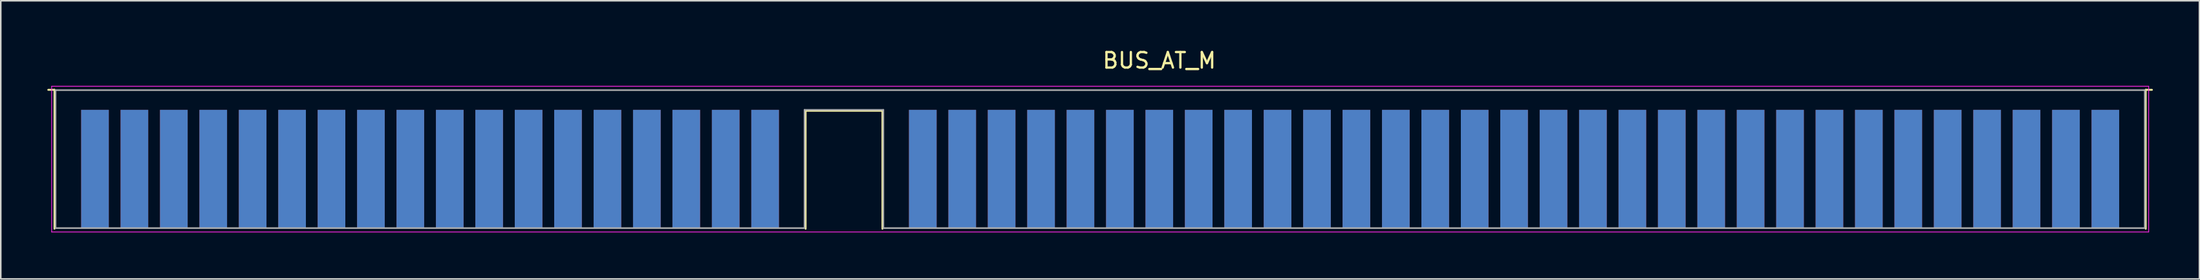
<source format=kicad_pcb>
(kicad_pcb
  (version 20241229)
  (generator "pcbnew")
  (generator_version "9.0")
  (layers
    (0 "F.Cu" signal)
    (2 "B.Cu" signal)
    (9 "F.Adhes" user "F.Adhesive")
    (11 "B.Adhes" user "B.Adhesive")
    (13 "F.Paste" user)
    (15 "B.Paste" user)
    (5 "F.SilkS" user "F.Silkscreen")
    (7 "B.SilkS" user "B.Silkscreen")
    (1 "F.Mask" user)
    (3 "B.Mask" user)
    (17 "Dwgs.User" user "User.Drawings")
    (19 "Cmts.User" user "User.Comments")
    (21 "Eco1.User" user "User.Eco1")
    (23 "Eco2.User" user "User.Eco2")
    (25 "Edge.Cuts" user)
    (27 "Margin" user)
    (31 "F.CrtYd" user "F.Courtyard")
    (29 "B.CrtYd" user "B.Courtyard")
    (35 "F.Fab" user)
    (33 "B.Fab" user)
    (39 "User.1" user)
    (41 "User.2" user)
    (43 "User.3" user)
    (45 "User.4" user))
  (footprint "BUS_AT_M"
    (layer "F.Cu")
    (at 132.61 7.838)
    (property "Reference" "BUS_AT_M" (at -60.96 -6.99 0) (layer "F.SilkS") (effects (font (size 1 1) (thickness 0.15))))
    (attr through_hole)
    (fp_line (start -132.15 -5.1) (end -132.55 -5.1) (stroke (width 0.12) (type solid)) (layer "F.SilkS"))
    (fp_line (start -132.15 3.85) (end -132.15 -5.1) (stroke (width 0.12) (type solid)) (layer "F.SilkS"))
    (fp_line (start -83.75 -3.75) (end -78.8 -3.75) (stroke (width 0.12) (type solid)) (layer "F.SilkS"))
    (fp_line (start -83.75 3.85) (end -83.75 -3.75) (stroke (width 0.12) (type solid)) (layer "F.SilkS"))
    (fp_line (start -78.8 -3.75) (end -78.8 3.85) (stroke (width 0.12) (type solid)) (layer "F.SilkS"))
    (fp_line (start 2.6 -5.1) (end 3 -5.1) (stroke (width 0.12) (type solid)) (layer "F.SilkS"))
    (fp_line (start 2.6 3.85) (end 2.6 -5.1) (stroke (width 0.12) (type solid)) (layer "F.SilkS"))
    (fp_line (start -132.33 -5.33) (end -132.33 4.06) (stroke (width 0.05) (type solid)) (layer "F.CrtYd"))
    (fp_line (start -132.33 -5.33) (end 2.79 -5.33) (stroke (width 0.05) (type solid)) (layer "F.CrtYd"))
    (fp_line (start 2.79 4.06) (end -132.33 4.06) (stroke (width 0.05) (type solid)) (layer "F.CrtYd"))
    (fp_line (start 2.79 4.06) (end 2.79 -5.33) (stroke (width 0.05) (type solid)) (layer "F.CrtYd"))
    (fp_line (start -132.08 -5.08) (end 2.54 -5.08) (stroke (width 0.1) (type solid)) (layer "F.Fab"))
    (fp_line (start -132.08 3.81) (end -132.08 -5.08) (stroke (width 0.1) (type solid)) (layer "F.Fab"))
    (fp_line (start -83.82 -3.81) (end -83.82 3.81) (stroke (width 0.1) (type solid)) (layer "F.Fab"))
    (fp_line (start -83.82 3.81) (end -132.08 3.81) (stroke (width 0.1) (type solid)) (layer "F.Fab"))
    (fp_line (start -78.74 -3.81) (end -83.82 -3.81) (stroke (width 0.1) (type solid)) (layer "F.Fab"))
    (fp_line (start -78.74 3.81) (end -78.74 -3.81) (stroke (width 0.1) (type solid)) (layer "F.Fab"))
    (fp_line (start 2.54 -5.08) (end 2.54 3.81) (stroke (width 0.1) (type solid)) (layer "F.Fab"))
    (fp_line (start 2.54 3.81) (end -78.74 3.81) (stroke (width 0.1) (type solid)) (layer "F.Fab"))
    (pad "1" connect rect (at 0 0) (size 1.78 7.62) (layers "B.Cu" "B.Mask"))
    (pad "2" connect rect (at -2.54 0) (size 1.78 7.62) (layers "B.Cu" "B.Mask"))
    (pad "3" connect rect (at -5.08 0) (size 1.78 7.62) (layers "B.Cu" "B.Mask"))
    (pad "4" connect rect (at -7.62 0) (size 1.78 7.62) (layers "B.Cu" "B.Mask"))
    (pad "5" connect rect (at -10.16 0) (size 1.78 7.62) (layers "B.Cu" "B.Mask"))
    (pad "6" connect rect (at -12.7 0) (size 1.78 7.62) (layers "B.Cu" "B.Mask"))
    (pad "7" connect rect (at -15.24 0) (size 1.78 7.62) (layers "B.Cu" "B.Mask"))
    (pad "8" connect rect (at -17.78 0) (size 1.78 7.62) (layers "B.Cu" "B.Mask"))
    (pad "9" connect rect (at -20.32 0) (size 1.78 7.62) (layers "B.Cu" "B.Mask"))
    (pad "10" connect rect (at -22.86 0) (size 1.78 7.62) (layers "B.Cu" "B.Mask"))
    (pad "11" connect rect (at -25.4 0) (size 1.78 7.62) (layers "B.Cu" "B.Mask"))
    (pad "12" connect rect (at -27.94 0) (size 1.78 7.62) (layers "B.Cu" "B.Mask"))
    (pad "13" connect rect (at -30.48 0) (size 1.78 7.62) (layers "B.Cu" "B.Mask"))
    (pad "14" connect rect (at -33.02 0) (size 1.78 7.62) (layers "B.Cu" "B.Mask"))
    (pad "15" connect rect (at -35.56 0) (size 1.78 7.62) (layers "B.Cu" "B.Mask"))
    (pad "16" connect rect (at -38.1 0) (size 1.78 7.62) (layers "B.Cu" "B.Mask"))
    (pad "17" connect rect (at -40.64 0) (size 1.78 7.62) (layers "B.Cu" "B.Mask"))
    (pad "18" connect rect (at -43.18 0) (size 1.78 7.62) (layers "B.Cu" "B.Mask"))
    (pad "19" connect rect (at -45.72 0) (size 1.78 7.62) (layers "B.Cu" "B.Mask"))
    (pad "20" connect rect (at -48.26 0) (size 1.78 7.62) (layers "B.Cu" "B.Mask"))
    (pad "21" connect rect (at -50.8 0) (size 1.78 7.62) (layers "B.Cu" "B.Mask"))
    (pad "22" connect rect (at -53.34 0) (size 1.78 7.62) (layers "B.Cu" "B.Mask"))
    (pad "23" connect rect (at -55.88 0) (size 1.78 7.62) (layers "B.Cu" "B.Mask"))
    (pad "24" connect rect (at -58.42 0) (size 1.78 7.62) (layers "B.Cu" "B.Mask"))
    (pad "25" connect rect (at -60.96 0) (size 1.78 7.62) (layers "B.Cu" "B.Mask"))
    (pad "26" connect rect (at -63.5 0) (size 1.78 7.62) (layers "B.Cu" "B.Mask"))
    (pad "27" connect rect (at -66.04 0) (size 1.78 7.62) (layers "B.Cu" "B.Mask"))
    (pad "28" connect rect (at -68.58 0) (size 1.78 7.62) (layers "B.Cu" "B.Mask"))
    (pad "29" connect rect (at -71.12 0) (size 1.78 7.62) (layers "B.Cu" "B.Mask"))
    (pad "30" connect rect (at -73.66 0) (size 1.78 7.62) (layers "B.Cu" "B.Mask"))
    (pad "31" connect rect (at -76.2 0) (size 1.78 7.62) (layers "B.Cu" "B.Mask"))
    (pad "32" connect rect (at 0 0) (size 1.78 7.62) (layers "F.Cu" "F.Mask"))
    (pad "33" connect rect (at -2.54 0) (size 1.78 7.62) (layers "F.Cu" "F.Mask"))
    (pad "34" connect rect (at -5.08 0) (size 1.78 7.62) (layers "F.Cu" "F.Mask"))
    (pad "35" connect rect (at -7.62 0) (size 1.78 7.62) (layers "F.Cu" "F.Mask"))
    (pad "36" connect rect (at -10.16 0) (size 1.78 7.62) (layers "F.Cu" "F.Mask"))
    (pad "37" connect rect (at -12.7 0) (size 1.78 7.62) (layers "F.Cu" "F.Mask"))
    (pad "38" connect rect (at -15.24 0) (size 1.78 7.62) (layers "F.Cu" "F.Mask"))
    (pad "39" connect rect (at -17.78 0) (size 1.78 7.62) (layers "F.Cu" "F.Mask"))
    (pad "40" connect rect (at -20.32 0) (size 1.78 7.62) (layers "F.Cu" "F.Mask"))
    (pad "41" connect rect (at -22.86 0) (size 1.78 7.62) (layers "F.Cu" "F.Mask"))
    (pad "42" connect rect (at -25.4 0) (size 1.78 7.62) (layers "F.Cu" "F.Mask"))
    (pad "43" connect rect (at -27.94 0) (size 1.78 7.62) (layers "F.Cu" "F.Mask"))
    (pad "44" connect rect (at -30.48 0) (size 1.78 7.62) (layers "F.Cu" "F.Mask"))
    (pad "45" connect rect (at -33.02 0) (size 1.78 7.62) (layers "F.Cu" "F.Mask"))
    (pad "46" connect rect (at -35.56 0) (size 1.78 7.62) (layers "F.Cu" "F.Mask"))
    (pad "47" connect rect (at -38.1 0) (size 1.78 7.62) (layers "F.Cu" "F.Mask"))
    (pad "48" connect rect (at -40.64 0) (size 1.78 7.62) (layers "F.Cu" "F.Mask"))
    (pad "49" connect rect (at -43.18 0) (size 1.78 7.62) (layers "F.Cu" "F.Mask"))
    (pad "50" connect rect (at -45.72 0) (size 1.78 7.62) (layers "F.Cu" "F.Mask"))
    (pad "51" connect rect (at -48.26 0) (size 1.78 7.62) (layers "F.Cu" "F.Mask"))
    (pad "52" connect rect (at -50.8 0) (size 1.78 7.62) (layers "F.Cu" "F.Mask"))
    (pad "53" connect rect (at -53.34 0) (size 1.78 7.62) (layers "F.Cu" "F.Mask"))
    (pad "54" connect rect (at -55.88 0) (size 1.78 7.62) (layers "F.Cu" "F.Mask"))
    (pad "55" connect rect (at -58.42 0) (size 1.78 7.62) (layers "F.Cu" "F.Mask"))
    (pad "56" connect rect (at -60.96 0) (size 1.78 7.62) (layers "F.Cu" "F.Mask"))
    (pad "57" connect rect (at -63.5 0) (size 1.78 7.62) (layers "F.Cu" "F.Mask"))
    (pad "58" connect rect (at -66.04 0) (size 1.78 7.62) (layers "F.Cu" "F.Mask"))
    (pad "59" connect rect (at -68.58 0) (size 1.78 7.62) (layers "F.Cu" "F.Mask"))
    (pad "60" connect rect (at -71.12 0) (size 1.78 7.62) (layers "F.Cu" "F.Mask"))
    (pad "61" connect rect (at -73.66 0) (size 1.78 7.62) (layers "F.Cu" "F.Mask"))
    (pad "62" connect rect (at -76.2 0) (size 1.78 7.62) (layers "F.Cu" "F.Mask"))
    (pad "63" connect rect (at -86.36 0) (size 1.78 7.62) (layers "B.Cu" "B.Mask"))
    (pad "64" connect rect (at -88.9 0) (size 1.78 7.62) (layers "B.Cu" "B.Mask"))
    (pad "65" connect rect (at -91.44 0) (size 1.78 7.62) (layers "B.Cu" "B.Mask"))
    (pad "66" connect rect (at -93.98 0) (size 1.78 7.62) (layers "B.Cu" "B.Mask"))
    (pad "67" connect rect (at -96.52 0) (size 1.78 7.62) (layers "B.Cu" "B.Mask"))
    (pad "68" connect rect (at -99.06 0) (size 1.78 7.62) (layers "B.Cu" "B.Mask"))
    (pad "69" connect rect (at -101.6 0) (size 1.78 7.62) (layers "B.Cu" "B.Mask"))
    (pad "70" connect rect (at -104.14 0) (size 1.78 7.62) (layers "B.Cu" "B.Mask"))
    (pad "71" connect rect (at -106.68 0) (size 1.78 7.62) (layers "B.Cu" "B.Mask"))
    (pad "72" connect rect (at -109.22 0) (size 1.78 7.62) (layers "B.Cu" "B.Mask"))
    (pad "73" connect rect (at -111.76 0) (size 1.78 7.62) (layers "B.Cu" "B.Mask"))
    (pad "74" connect rect (at -114.3 0) (size 1.78 7.62) (layers "B.Cu" "B.Mask"))
    (pad "75" connect rect (at -116.84 0) (size 1.78 7.62) (layers "B.Cu" "B.Mask"))
    (pad "76" connect rect (at -119.38 0) (size 1.78 7.62) (layers "B.Cu" "B.Mask"))
    (pad "77" connect rect (at -121.92 0) (size 1.78 7.62) (layers "B.Cu" "B.Mask"))
    (pad "78" connect rect (at -124.46 0) (size 1.78 7.62) (layers "B.Cu" "B.Mask"))
    (pad "79" connect rect (at -127 0) (size 1.78 7.62) (layers "B.Cu" "B.Mask"))
    (pad "80" connect rect (at -129.54 0) (size 1.78 7.62) (layers "B.Cu" "B.Mask"))
    (pad "81" connect rect (at -86.36 0) (size 1.78 7.62) (layers "F.Cu" "F.Mask"))
    (pad "82" connect rect (at -88.9 0) (size 1.78 7.62) (layers "F.Cu" "F.Mask"))
    (pad "83" connect rect (at -91.44 0) (size 1.78 7.62) (layers "F.Cu" "F.Mask"))
    (pad "84" connect rect (at -93.98 0) (size 1.78 7.62) (layers "F.Cu" "F.Mask"))
    (pad "85" connect rect (at -96.52 0) (size 1.78 7.62) (layers "F.Cu" "F.Mask"))
    (pad "86" connect rect (at -99.06 0) (size 1.78 7.62) (layers "F.Cu" "F.Mask"))
    (pad "87" connect rect (at -101.6 0) (size 1.78 7.62) (layers "F.Cu" "F.Mask"))
    (pad "88" connect rect (at -104.14 0) (size 1.78 7.62) (layers "F.Cu" "F.Mask"))
    (pad "89" connect rect (at -106.68 0) (size 1.78 7.62) (layers "F.Cu" "F.Mask"))
    (pad "90" connect rect (at -109.22 0) (size 1.78 7.62) (layers "F.Cu" "F.Mask"))
    (pad "91" connect rect (at -111.76 0) (size 1.78 7.62) (layers "F.Cu" "F.Mask"))
    (pad "92" connect rect (at -114.3 0) (size 1.78 7.62) (layers "F.Cu" "F.Mask"))
    (pad "93" connect rect (at -116.84 0) (size 1.78 7.62) (layers "F.Cu" "F.Mask"))
    (pad "94" connect rect (at -119.38 0) (size 1.78 7.62) (layers "F.Cu" "F.Mask"))
    (pad "95" connect rect (at -121.92 0) (size 1.78 7.62) (layers "F.Cu" "F.Mask"))
    (pad "96" connect rect (at -124.46 0) (size 1.78 7.62) (layers "F.Cu" "F.Mask"))
    (pad "97" connect rect (at -127 0) (size 1.78 7.62) (layers "F.Cu" "F.Mask"))
    (pad "98" connect rect (at -129.54 0) (size 1.78 7.62) (layers "F.Cu" "F.Mask")))
  (gr_rect
    (start -3 -3)
    (end 138.67 14.923)
    (stroke (width 0.1) (type default))
    (fill no)
    (layer "Edge.Cuts")))
</source>
